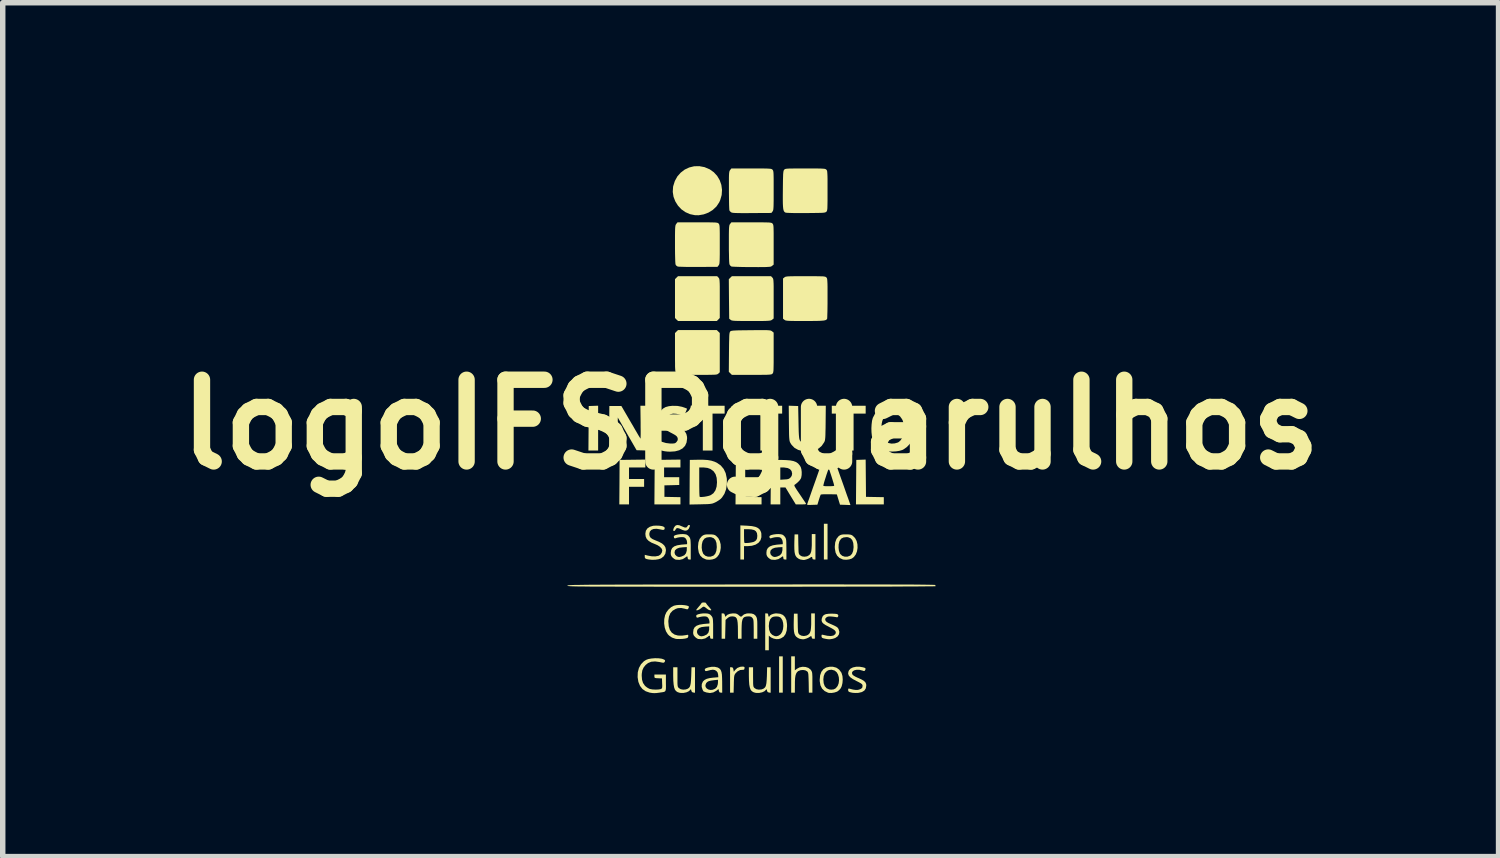
<source format=kicad_pcb>
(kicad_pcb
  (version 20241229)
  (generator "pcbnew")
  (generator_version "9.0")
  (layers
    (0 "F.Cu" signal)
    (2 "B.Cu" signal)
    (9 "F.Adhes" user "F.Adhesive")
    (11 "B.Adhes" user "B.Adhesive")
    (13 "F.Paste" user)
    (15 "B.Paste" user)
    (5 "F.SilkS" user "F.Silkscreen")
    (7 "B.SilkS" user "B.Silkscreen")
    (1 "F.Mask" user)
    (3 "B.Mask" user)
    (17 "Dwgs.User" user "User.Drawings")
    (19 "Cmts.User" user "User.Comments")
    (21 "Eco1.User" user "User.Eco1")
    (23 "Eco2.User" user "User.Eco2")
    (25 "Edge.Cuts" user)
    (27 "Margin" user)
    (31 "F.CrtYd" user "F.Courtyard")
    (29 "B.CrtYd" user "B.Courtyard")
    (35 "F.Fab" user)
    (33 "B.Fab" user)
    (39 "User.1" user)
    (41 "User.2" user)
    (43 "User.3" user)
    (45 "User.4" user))
  (footprint "logoIFSPguarulhos"
    (layer "F.Cu")
    (at 10.729 4.742)
    (property "Reference" "logoIFSPguarulhos" (at 0 0 0) (layer "F.SilkS") (effects (font (size 1.5 1.5) (thickness 0.3))))
    (attr board_only exclude_from_pos_files exclude_from_bom)
    (fp_poly (pts (xy -2.8 0.066) (xy -2.8 0.478) (xy -2.889 0.478) (xy -2.978 0.478) (xy -2.975 0.069) (xy -2.972 -0.339) (xy -2.886 -0.342) (xy -2.8 -0.345)) (stroke (width 0) (type solid)) (fill yes) (layer "F.SilkS"))
    (fp_poly (pts (xy -0.178 0.066) (xy -0.178 0.478) (xy -0.267 0.478) (xy -0.356 0.478) (xy -0.353 0.069) (xy -0.35 -0.339) (xy -0.264 -0.342) (xy -0.178 -0.345)) (stroke (width 0) (type solid)) (fill yes) (layer "F.SilkS"))
    (fp_poly (pts (xy 0.589 4.589) (xy 0.589 4.922) (xy 0.556 4.922) (xy 0.522 4.922) (xy 0.522 4.589) (xy 0.522 4.256) (xy 0.556 4.256) (xy 0.589 4.256)) (stroke (width 0) (type solid)) (fill yes) (layer "F.SilkS"))
    (fp_poly (pts (xy 1.411 2.15) (xy 1.411 2.478) (xy 1.378 2.478) (xy 1.344 2.478) (xy 1.344 2.15) (xy 1.344 1.822) (xy 1.378 1.822) (xy 1.411 1.822)) (stroke (width 0) (type solid)) (fill yes) (layer "F.SilkS"))
    (fp_poly (pts (xy 2.114 0.986) (xy 2.117 1.328) (xy 2.281 1.331) (xy 2.444 1.334) (xy 2.444 1.4) (xy 2.444 1.467) (xy 2.189 1.467) (xy 1.933 1.467) (xy 1.936 1.058) (xy 1.939 0.65) (xy 2.025 0.647) (xy 2.111 0.644)) (stroke (width 0) (type solid)) (fill yes) (layer "F.SilkS"))
    (fp_poly (pts (xy -0.478 -0.272) (xy -0.478 -0.2) (xy -0.589 -0.2) (xy -0.7 -0.2) (xy -0.7 0.139) (xy -0.7 0.478) (xy -0.789 0.478) (xy -0.878 0.478) (xy -0.878 0.139) (xy -0.878 -0.2) (xy -0.989 -0.2) (xy -1.1 -0.2) (xy -1.1 -0.272) (xy -1.1 -0.344) (xy -0.789 -0.344) (xy -0.478 -0.344)) (stroke (width 0) (type solid)) (fill yes) (layer "F.SilkS"))
    (fp_poly (pts (xy 0.578 -0.272) (xy 0.578 -0.2) (xy 0.467 -0.2) (xy 0.356 -0.2) (xy 0.356 0.139) (xy 0.356 0.478) (xy 0.267 0.478) (xy 0.178 0.478) (xy 0.178 0.139) (xy 0.178 -0.2) (xy 0.067 -0.2) (xy -0.044 -0.2) (xy -0.044 -0.272) (xy -0.044 -0.344) (xy 0.267 -0.344) (xy 0.578 -0.344)) (stroke (width 0) (type solid)) (fill yes) (layer "F.SilkS"))
    (fp_poly (pts (xy 2.111 -0.272) (xy 2.111 -0.2) (xy 2 -0.2) (xy 1.889 -0.2) (xy 1.889 0.139) (xy 1.889 0.478) (xy 1.8 0.478) (xy 1.711 0.478) (xy 1.711 0.139) (xy 1.711 -0.2) (xy 1.6 -0.2) (xy 1.489 -0.2) (xy 1.489 -0.272) (xy 1.489 -0.344) (xy 1.8 -0.344) (xy 2.111 -0.344)) (stroke (width 0) (type solid)) (fill yes) (layer "F.SilkS"))
    (fp_poly (pts (xy -1.933 0.716) (xy -1.933 0.789) (xy -2.083 0.789) (xy -2.233 0.789) (xy -2.233 0.894) (xy -2.233 1) (xy -2.094 1) (xy -1.956 1) (xy -1.956 1.072) (xy -1.956 1.144) (xy -2.094 1.144) (xy -2.233 1.144) (xy -2.233 1.306) (xy -2.233 1.467) (xy -2.322 1.467) (xy -2.411 1.467) (xy -2.408 1.058) (xy -2.406 0.65) (xy -2.169 0.647) (xy -1.933 0.644)) (stroke (width 0) (type solid)) (fill yes) (layer "F.SilkS"))
    (fp_poly (pts (xy -1.289 0.716) (xy -1.289 0.789) (xy -1.439 0.789) (xy -1.589 0.789) (xy -1.589 0.878) (xy -1.589 0.967) (xy -1.45 0.967) (xy -1.311 0.967) (xy -1.311 1.039) (xy -1.311 1.11) (xy -1.447 1.114) (xy -1.583 1.117) (xy -1.583 1.222) (xy -1.583 1.328) (xy -1.436 1.331) (xy -1.289 1.334) (xy -1.289 1.4) (xy -1.289 1.467) (xy -1.528 1.467) (xy -1.767 1.467) (xy -1.764 1.058) (xy -1.761 0.65) (xy -1.525 0.647) (xy -1.289 0.644)) (stroke (width 0) (type solid)) (fill yes) (layer "F.SilkS"))
    (fp_poly (pts (xy -0.591 -2.697) (xy -0.584 -2.689) (xy -0.579 -2.68) (xy -0.575 -2.668) (xy -0.572 -2.649) (xy -0.57 -2.622) (xy -0.568 -2.584) (xy -0.567 -2.533) (xy -0.567 -2.466) (xy -0.567 -2.381) (xy -0.567 -2.313) (xy -0.567 -1.955) (xy -0.594 -1.927) (xy -0.621 -1.9) (xy -0.978 -1.9) (xy -1.334 -1.9) (xy -1.362 -1.927) (xy -1.389 -1.955) (xy -1.389 -2.311) (xy -1.389 -2.668) (xy -1.362 -2.695) (xy -1.334 -2.722) (xy -0.975 -2.722) (xy -0.615 -2.722)) (stroke (width 0) (type solid)) (fill yes) (layer "F.SilkS"))
    (fp_poly (pts (xy 0.2 0.716) (xy 0.2 0.789) (xy 0.05 0.789) (xy -0.1 0.789) (xy -0.1 0.878) (xy -0.1 0.967) (xy 0.039 0.967) (xy 0.178 0.967) (xy 0.178 1.039) (xy 0.178 1.11) (xy 0.042 1.114) (xy -0.094 1.117) (xy -0.094 1.222) (xy -0.094 1.328) (xy 0.053 1.331) (xy 0.2 1.334) (xy 0.2 1.4) (xy 0.2 1.467) (xy -0.039 1.467) (xy -0.278 1.467) (xy -0.275 1.058) (xy -0.272 0.65) (xy -0.036 0.647) (xy 0.2 0.644)) (stroke (width 0) (type solid)) (fill yes) (layer "F.SilkS"))
    (fp_poly (pts (xy -1.116 1.849) (xy -1.116 1.865) (xy -1.117 1.869) (xy -1.138 1.917) (xy -1.167 1.943) (xy -1.205 1.949) (xy -1.252 1.936) (xy -1.268 1.928) (xy -1.314 1.907) (xy -1.346 1.901) (xy -1.366 1.909) (xy -1.378 1.928) (xy -1.391 1.948) (xy -1.407 1.955) (xy -1.42 1.949) (xy -1.422 1.938) (xy -1.417 1.917) (xy -1.406 1.89) (xy -1.383 1.859) (xy -1.352 1.845) (xy -1.311 1.849) (xy -1.259 1.871) (xy -1.256 1.872) (xy -1.213 1.89) (xy -1.184 1.892) (xy -1.166 1.878) (xy -1.161 1.866) (xy -1.145 1.848) (xy -1.132 1.844)) (stroke (width 0) (type solid)) (fill yes) (layer "F.SilkS"))
    (fp_poly (pts (xy -0.127 4.446) (xy -0.114 4.452) (xy -0.112 4.467) (xy -0.113 4.475) (xy -0.119 4.497) (xy -0.135 4.503) (xy -0.144 4.503) (xy -0.193 4.507) (xy -0.24 4.531) (xy -0.275 4.564) (xy -0.287 4.581) (xy -0.296 4.597) (xy -0.301 4.617) (xy -0.305 4.645) (xy -0.307 4.685) (xy -0.309 4.742) (xy -0.309 4.763) (xy -0.313 4.922) (xy -0.345 4.922) (xy -0.378 4.922) (xy -0.378 4.689) (xy -0.378 4.456) (xy -0.351 4.456) (xy -0.333 4.46) (xy -0.322 4.476) (xy -0.317 4.497) (xy -0.309 4.539) (xy -0.287 4.508) (xy -0.245 4.469) (xy -0.192 4.448) (xy -0.155 4.444)) (stroke (width 0) (type solid)) (fill yes) (layer "F.SilkS"))
    (fp_poly (pts (xy -1.867 0.067) (xy -1.867 0.479) (xy -1.981 0.475) (xy -2.094 0.472) (xy -2.267 0.172) (xy -2.439 -0.128) (xy -2.442 0.175) (xy -2.445 0.478) (xy -2.523 0.478) (xy -2.6 0.478) (xy -2.597 0.069) (xy -2.594 -0.339) (xy -2.484 -0.339) (xy -2.373 -0.339) (xy -2.2 -0.042) (xy -2.157 0.031) (xy -2.118 0.099) (xy -2.084 0.157) (xy -2.056 0.205) (xy -2.035 0.239) (xy -2.024 0.257) (xy -2.022 0.26) (xy -2.021 0.25) (xy -2.02 0.222) (xy -2.019 0.176) (xy -2.019 0.117) (xy -2.02 0.047) (xy -2.02 -0.032) (xy -2.02 -0.04) (xy -2.024 -0.344) (xy -1.945 -0.344) (xy -1.867 -0.344)) (stroke (width 0) (type solid)) (fill yes) (layer "F.SilkS"))
    (fp_poly (pts (xy -0.594 -1.706) (xy -0.567 -1.679) (xy -0.567 -1.319) (xy -0.567 -0.959) (xy -0.592 -0.935) (xy -0.6 -0.929) (xy -0.609 -0.923) (xy -0.621 -0.919) (xy -0.64 -0.916) (xy -0.666 -0.914) (xy -0.704 -0.913) (xy -0.755 -0.912) (xy -0.821 -0.911) (xy -0.906 -0.911) (xy -0.98 -0.911) (xy -1.343 -0.911) (xy -1.366 -0.94) (xy -1.372 -0.949) (xy -1.377 -0.96) (xy -1.381 -0.974) (xy -1.384 -0.995) (xy -1.386 -1.024) (xy -1.388 -1.065) (xy -1.388 -1.12) (xy -1.389 -1.191) (xy -1.389 -1.281) (xy -1.389 -1.324) (xy -1.389 -1.679) (xy -1.362 -1.706) (xy -1.334 -1.733) (xy -0.978 -1.733) (xy -0.621 -1.733)) (stroke (width 0) (type solid)) (fill yes) (layer "F.SilkS"))
    (fp_poly (pts (xy -0.846 -4.724) (xy -0.842 -4.722) (xy -0.752 -4.684) (xy -0.676 -4.63) (xy -0.614 -4.562) (xy -0.568 -4.484) (xy -0.538 -4.398) (xy -0.526 -4.307) (xy -0.532 -4.213) (xy -0.559 -4.119) (xy -0.578 -4.077) (xy -0.628 -4.002) (xy -0.695 -3.939) (xy -0.774 -3.89) (xy -0.862 -3.857) (xy -0.955 -3.841) (xy -1.022 -3.842) (xy -1.114 -3.861) (xy -1.198 -3.898) (xy -1.273 -3.951) (xy -1.335 -4.018) (xy -1.383 -4.095) (xy -1.416 -4.18) (xy -1.43 -4.27) (xy -1.424 -4.362) (xy -1.422 -4.374) (xy -1.392 -4.469) (xy -1.346 -4.553) (xy -1.284 -4.623) (xy -1.211 -4.679) (xy -1.128 -4.718) (xy -1.038 -4.74) (xy -0.943 -4.742)) (stroke (width 0) (type solid)) (fill yes) (layer "F.SilkS"))
    (fp_poly (pts (xy -0.835 3.269) (xy -0.823 3.274) (xy -0.822 3.275) (xy -0.815 3.287) (xy -0.798 3.311) (xy -0.772 3.341) (xy -0.772 3.341) (xy -0.747 3.37) (xy -0.729 3.393) (xy -0.722 3.405) (xy -0.722 3.405) (xy -0.731 3.412) (xy -0.751 3.409) (xy -0.777 3.399) (xy -0.796 3.386) (xy -0.829 3.36) (xy -0.851 3.346) (xy -0.867 3.344) (xy -0.885 3.353) (xy -0.91 3.373) (xy -0.91 3.373) (xy -0.942 3.395) (xy -0.971 3.408) (xy -0.992 3.412) (xy -1 3.405) (xy -0.993 3.394) (xy -0.975 3.371) (xy -0.95 3.341) (xy -0.95 3.341) (xy -0.925 3.311) (xy -0.907 3.287) (xy -0.9 3.275) (xy -0.9 3.275) (xy -0.89 3.27) (xy -0.866 3.267) (xy -0.861 3.267)) (stroke (width 0) (type solid)) (fill yes) (layer "F.SilkS"))
    (fp_poly (pts (xy 0.398 -2.697) (xy 0.405 -2.689) (xy 0.41 -2.68) (xy 0.414 -2.668) (xy 0.417 -2.649) (xy 0.419 -2.623) (xy 0.421 -2.585) (xy 0.422 -2.534) (xy 0.422 -2.468) (xy 0.422 -2.383) (xy 0.422 -2.308) (xy 0.422 -1.946) (xy 0.393 -1.923) (xy 0.384 -1.917) (xy 0.374 -1.912) (xy 0.359 -1.908) (xy 0.338 -1.905) (xy 0.309 -1.903) (xy 0.268 -1.901) (xy 0.213 -1.9) (xy 0.141 -1.9) (xy 0.051 -1.9) (xy 0.011 -1.9) (xy -0.087 -1.9) (xy -0.166 -1.9) (xy -0.227 -1.901) (xy -0.273 -1.902) (xy -0.307 -1.904) (xy -0.331 -1.907) (xy -0.347 -1.91) (xy -0.359 -1.915) (xy -0.367 -1.921) (xy -0.368 -1.921) (xy -0.394 -1.942) (xy -0.398 -2.305) (xy -0.401 -2.667) (xy -0.373 -2.695) (xy -0.345 -2.722) (xy 0.014 -2.722) (xy 0.374 -2.722)) (stroke (width 0) (type solid)) (fill yes) (layer "F.SilkS"))
    (fp_poly (pts (xy -0.062 1.858) (xy 0.023 1.865) (xy 0.088 1.879) (xy 0.136 1.901) (xy 0.17 1.933) (xy 0.19 1.975) (xy 0.196 2.002) (xy 0.197 2.069) (xy 0.18 2.125) (xy 0.144 2.171) (xy 0.091 2.205) (xy 0.022 2.226) (xy -0.058 2.233) (xy -0.122 2.233) (xy -0.122 2.356) (xy -0.122 2.478) (xy -0.156 2.478) (xy -0.189 2.478) (xy -0.189 2.165) (xy -0.189 2.043) (xy -0.122 2.043) (xy -0.121 2.092) (xy -0.12 2.134) (xy -0.117 2.162) (xy -0.114 2.172) (xy -0.098 2.176) (xy -0.067 2.175) (xy -0.028 2.172) (xy 0.013 2.165) (xy 0.048 2.157) (xy 0.068 2.149) (xy 0.1 2.126) (xy 0.117 2.092) (xy 0.122 2.044) (xy 0.116 1.995) (xy 0.097 1.96) (xy 0.063 1.937) (xy 0.011 1.925) (xy -0.044 1.922) (xy -0.122 1.922) (xy -0.122 2.043) (xy -0.189 2.043) (xy -0.189 1.852)) (stroke (width 0) (type solid)) (fill yes) (layer "F.SilkS"))
    (fp_poly (pts (xy 0.811 4.384) (xy 0.811 4.512) (xy 0.849 4.484) (xy 0.898 4.458) (xy 0.953 4.447) (xy 1.009 4.451) (xy 1.06 4.468) (xy 1.1 4.499) (xy 1.108 4.51) (xy 1.117 4.525) (xy 1.124 4.541) (xy 1.129 4.561) (xy 1.131 4.59) (xy 1.133 4.631) (xy 1.133 4.688) (xy 1.133 4.735) (xy 1.133 4.922) (xy 1.101 4.922) (xy 1.068 4.922) (xy 1.065 4.739) (xy 1.063 4.671) (xy 1.061 4.621) (xy 1.059 4.587) (xy 1.055 4.564) (xy 1.05 4.548) (xy 1.042 4.537) (xy 1.036 4.531) (xy 1.004 4.513) (xy 0.961 4.506) (xy 0.915 4.51) (xy 0.876 4.525) (xy 0.869 4.529) (xy 0.848 4.55) (xy 0.833 4.576) (xy 0.822 4.612) (xy 0.815 4.661) (xy 0.812 4.727) (xy 0.812 4.775) (xy 0.811 4.922) (xy 0.778 4.922) (xy 0.744 4.922) (xy 0.744 4.589) (xy 0.744 4.256) (xy 0.778 4.256) (xy 0.811 4.256)) (stroke (width 0) (type solid)) (fill yes) (layer "F.SilkS"))
    (fp_poly (pts (xy -1.344 4.634) (xy -1.344 4.701) (xy -1.344 4.749) (xy -1.342 4.782) (xy -1.339 4.805) (xy -1.333 4.82) (xy -1.325 4.831) (xy -1.317 4.839) (xy -1.283 4.859) (xy -1.239 4.867) (xy -1.191 4.863) (xy -1.157 4.851) (xy -1.135 4.836) (xy -1.119 4.817) (xy -1.108 4.788) (xy -1.1 4.748) (xy -1.095 4.692) (xy -1.091 4.617) (xy -1.091 4.614) (xy -1.086 4.456) (xy -1.054 4.456) (xy -1.022 4.456) (xy -1.022 4.69) (xy -1.022 4.924) (xy -1.053 4.92) (xy -1.076 4.912) (xy -1.088 4.891) (xy -1.089 4.883) (xy -1.095 4.862) (xy -1.101 4.861) (xy -1.106 4.868) (xy -1.135 4.896) (xy -1.178 4.916) (xy -1.231 4.927) (xy -1.285 4.927) (xy -1.31 4.923) (xy -1.344 4.911) (xy -1.371 4.892) (xy -1.391 4.865) (xy -1.405 4.825) (xy -1.414 4.772) (xy -1.42 4.702) (xy -1.422 4.613) (xy -1.422 4.603) (xy -1.422 4.456) (xy -1.383 4.456) (xy -1.344 4.456)) (stroke (width 0) (type solid)) (fill yes) (layer "F.SilkS"))
    (fp_poly (pts (xy 0.044 4.634) (xy 0.045 4.701) (xy 0.045 4.749) (xy 0.047 4.782) (xy 0.05 4.805) (xy 0.056 4.82) (xy 0.064 4.831) (xy 0.072 4.839) (xy 0.105 4.859) (xy 0.15 4.867) (xy 0.198 4.863) (xy 0.232 4.851) (xy 0.253 4.836) (xy 0.27 4.817) (xy 0.281 4.788) (xy 0.289 4.748) (xy 0.294 4.692) (xy 0.298 4.617) (xy 0.298 4.614) (xy 0.302 4.456) (xy 0.335 4.456) (xy 0.367 4.456) (xy 0.367 4.69) (xy 0.367 4.924) (xy 0.336 4.92) (xy 0.313 4.912) (xy 0.301 4.891) (xy 0.3 4.883) (xy 0.294 4.862) (xy 0.288 4.861) (xy 0.283 4.868) (xy 0.254 4.896) (xy 0.211 4.916) (xy 0.158 4.927) (xy 0.104 4.927) (xy 0.079 4.923) (xy 0.045 4.911) (xy 0.018 4.892) (xy -0.002 4.865) (xy -0.016 4.825) (xy -0.026 4.772) (xy -0.031 4.702) (xy -0.033 4.613) (xy -0.033 4.603) (xy -0.033 4.456) (xy 0.006 4.456) (xy 0.044 4.456)) (stroke (width 0) (type solid)) (fill yes) (layer "F.SilkS"))
    (fp_poly (pts (xy 1.178 3.7) (xy 1.178 3.933) (xy 1.15 3.933) (xy 1.128 3.928) (xy 1.122 3.913) (xy 1.117 3.889) (xy 1.103 3.885) (xy 1.088 3.895) (xy 1.059 3.913) (xy 1.02 3.93) (xy 0.981 3.941) (xy 0.961 3.943) (xy 0.935 3.94) (xy 0.902 3.934) (xy 0.9 3.933) (xy 0.867 3.918) (xy 0.835 3.894) (xy 0.832 3.891) (xy 0.815 3.867) (xy 0.803 3.837) (xy 0.795 3.797) (xy 0.791 3.744) (xy 0.79 3.675) (xy 0.791 3.606) (xy 0.794 3.472) (xy 0.828 3.472) (xy 0.861 3.472) (xy 0.864 3.651) (xy 0.865 3.718) (xy 0.867 3.766) (xy 0.869 3.8) (xy 0.873 3.822) (xy 0.879 3.837) (xy 0.887 3.848) (xy 0.896 3.857) (xy 0.931 3.876) (xy 0.976 3.883) (xy 1.022 3.875) (xy 1.05 3.862) (xy 1.073 3.843) (xy 1.089 3.818) (xy 1.101 3.784) (xy 1.107 3.737) (xy 1.111 3.673) (xy 1.111 3.617) (xy 1.111 3.467) (xy 1.144 3.467) (xy 1.178 3.467)) (stroke (width 0) (type solid)) (fill yes) (layer "F.SilkS"))
    (fp_poly (pts (xy 1.189 2.244) (xy 1.189 2.478) (xy 1.161 2.478) (xy 1.139 2.472) (xy 1.133 2.457) (xy 1.128 2.433) (xy 1.114 2.43) (xy 1.099 2.44) (xy 1.071 2.458) (xy 1.031 2.474) (xy 0.993 2.485) (xy 0.972 2.487) (xy 0.946 2.484) (xy 0.913 2.478) (xy 0.911 2.478) (xy 0.878 2.463) (xy 0.846 2.439) (xy 0.843 2.435) (xy 0.826 2.412) (xy 0.814 2.381) (xy 0.806 2.341) (xy 0.802 2.288) (xy 0.801 2.219) (xy 0.802 2.15) (xy 0.806 2.017) (xy 0.839 2.017) (xy 0.872 2.017) (xy 0.875 2.196) (xy 0.877 2.262) (xy 0.878 2.311) (xy 0.88 2.344) (xy 0.884 2.366) (xy 0.89 2.381) (xy 0.898 2.392) (xy 0.907 2.401) (xy 0.942 2.421) (xy 0.987 2.427) (xy 1.034 2.42) (xy 1.061 2.406) (xy 1.084 2.388) (xy 1.1 2.363) (xy 1.112 2.328) (xy 1.118 2.281) (xy 1.122 2.217) (xy 1.122 2.161) (xy 1.122 2.011) (xy 1.156 2.011) (xy 1.189 2.011)) (stroke (width 0) (type solid)) (fill yes) (layer "F.SilkS"))
    (fp_poly (pts (xy 1.511 4.447) (xy 1.572 4.463) (xy 1.624 4.499) (xy 1.663 4.551) (xy 1.669 4.564) (xy 1.685 4.618) (xy 1.69 4.681) (xy 1.685 4.746) (xy 1.671 4.804) (xy 1.654 4.841) (xy 1.627 4.872) (xy 1.595 4.898) (xy 1.585 4.904) (xy 1.537 4.92) (xy 1.485 4.928) (xy 1.437 4.927) (xy 1.42 4.923) (xy 1.358 4.893) (xy 1.311 4.848) (xy 1.281 4.788) (xy 1.268 4.714) (xy 1.267 4.684) (xy 1.268 4.678) (xy 1.334 4.678) (xy 1.34 4.749) (xy 1.36 4.804) (xy 1.394 4.842) (xy 1.441 4.863) (xy 1.478 4.867) (xy 1.52 4.863) (xy 1.551 4.849) (xy 1.565 4.838) (xy 1.596 4.8) (xy 1.615 4.751) (xy 1.622 4.695) (xy 1.618 4.639) (xy 1.603 4.588) (xy 1.578 4.546) (xy 1.543 4.518) (xy 1.54 4.516) (xy 1.485 4.501) (xy 1.436 4.507) (xy 1.4 4.525) (xy 1.363 4.563) (xy 1.341 4.617) (xy 1.334 4.678) (xy 1.268 4.678) (xy 1.275 4.604) (xy 1.298 4.539) (xy 1.336 4.491) (xy 1.388 4.46) (xy 1.454 4.446)) (stroke (width 0) (type solid)) (fill yes) (layer "F.SilkS"))
    (fp_poly (pts (xy -1.216 3.316) (xy -1.175 3.323) (xy -1.146 3.332) (xy -1.133 3.344) (xy -1.133 3.346) (xy -1.138 3.364) (xy -1.144 3.377) (xy -1.153 3.389) (xy -1.165 3.392) (xy -1.188 3.388) (xy -1.207 3.382) (xy -1.275 3.368) (xy -1.335 3.371) (xy -1.375 3.384) (xy -1.433 3.418) (xy -1.475 3.465) (xy -1.5 3.526) (xy -1.511 3.603) (xy -1.511 3.618) (xy -1.504 3.703) (xy -1.483 3.771) (xy -1.447 3.822) (xy -1.397 3.856) (xy -1.333 3.874) (xy -1.258 3.875) (xy -1.217 3.87) (xy -1.183 3.865) (xy -1.164 3.861) (xy -1.15 3.86) (xy -1.145 3.875) (xy -1.144 3.882) (xy -1.152 3.91) (xy -1.17 3.921) (xy -1.206 3.93) (xy -1.255 3.936) (xy -1.308 3.938) (xy -1.355 3.937) (xy -1.381 3.933) (xy -1.444 3.911) (xy -1.494 3.877) (xy -1.52 3.851) (xy -1.554 3.797) (xy -1.577 3.729) (xy -1.588 3.652) (xy -1.586 3.573) (xy -1.571 3.501) (xy -1.547 3.447) (xy -1.508 3.396) (xy -1.461 3.354) (xy -1.411 3.327) (xy -1.404 3.325) (xy -1.363 3.316) (xy -1.315 3.312) (xy -1.264 3.312)) (stroke (width 0) (type solid)) (fill yes) (layer "F.SilkS"))
    (fp_poly (pts (xy 0.243 -1.732) (xy 0.29 -1.732) (xy 0.325 -1.73) (xy 0.349 -1.728) (xy 0.366 -1.725) (xy 0.378 -1.72) (xy 0.387 -1.715) (xy 0.392 -1.711) (xy 0.422 -1.687) (xy 0.422 -1.321) (xy 0.422 -1.221) (xy 0.422 -1.141) (xy 0.421 -1.079) (xy 0.42 -1.031) (xy 0.419 -0.996) (xy 0.416 -0.972) (xy 0.413 -0.955) (xy 0.409 -0.944) (xy 0.403 -0.937) (xy 0.4 -0.933) (xy 0.393 -0.927) (xy 0.384 -0.922) (xy 0.371 -0.919) (xy 0.35 -0.916) (xy 0.321 -0.914) (xy 0.28 -0.912) (xy 0.225 -0.912) (xy 0.154 -0.911) (xy 0.064 -0.911) (xy 0.016 -0.911) (xy -0.345 -0.911) (xy -0.373 -0.939) (xy -0.401 -0.967) (xy -0.398 -1.327) (xy -0.397 -1.427) (xy -0.396 -1.507) (xy -0.394 -1.569) (xy -0.393 -1.617) (xy -0.391 -1.651) (xy -0.388 -1.675) (xy -0.384 -1.691) (xy -0.38 -1.701) (xy -0.375 -1.708) (xy -0.368 -1.713) (xy -0.357 -1.718) (xy -0.34 -1.721) (xy -0.316 -1.724) (xy -0.28 -1.726) (xy -0.232 -1.728) (xy -0.168 -1.729) (xy -0.086 -1.73) (xy 0.004 -1.731) (xy 0.103 -1.732) (xy 0.182 -1.732)) (stroke (width 0) (type solid)) (fill yes) (layer "F.SilkS"))
    (fp_poly (pts (xy -0.713 2.018) (xy -0.68 2.022) (xy -0.656 2.03) (xy -0.636 2.043) (xy -0.595 2.084) (xy -0.567 2.138) (xy -0.551 2.2) (xy -0.549 2.265) (xy -0.559 2.328) (xy -0.581 2.385) (xy -0.616 2.432) (xy -0.653 2.46) (xy -0.7 2.476) (xy -0.755 2.483) (xy -0.807 2.48) (xy -0.822 2.476) (xy -0.881 2.449) (xy -0.924 2.408) (xy -0.952 2.352) (xy -0.965 2.279) (xy -0.966 2.261) (xy -0.899 2.261) (xy -0.891 2.318) (xy -0.874 2.365) (xy -0.867 2.377) (xy -0.831 2.41) (xy -0.785 2.426) (xy -0.735 2.426) (xy -0.686 2.408) (xy -0.68 2.405) (xy -0.65 2.372) (xy -0.63 2.321) (xy -0.622 2.255) (xy -0.622 2.244) (xy -0.628 2.174) (xy -0.647 2.121) (xy -0.679 2.087) (xy -0.724 2.069) (xy -0.753 2.067) (xy -0.808 2.074) (xy -0.849 2.095) (xy -0.877 2.134) (xy -0.884 2.15) (xy -0.896 2.202) (xy -0.899 2.261) (xy -0.966 2.261) (xy -0.967 2.244) (xy -0.959 2.164) (xy -0.937 2.1) (xy -0.899 2.053) (xy -0.885 2.042) (xy -0.863 2.029) (xy -0.838 2.021) (xy -0.803 2.017) (xy -0.761 2.017)) (stroke (width 0) (type solid)) (fill yes) (layer "F.SilkS"))
    (fp_poly (pts (xy 1.798 2.018) (xy 1.831 2.022) (xy 1.855 2.03) (xy 1.875 2.043) (xy 1.916 2.084) (xy 1.945 2.138) (xy 1.96 2.2) (xy 1.962 2.265) (xy 1.952 2.328) (xy 1.93 2.385) (xy 1.895 2.432) (xy 1.858 2.46) (xy 1.811 2.476) (xy 1.756 2.483) (xy 1.704 2.48) (xy 1.689 2.476) (xy 1.63 2.449) (xy 1.587 2.408) (xy 1.559 2.352) (xy 1.546 2.279) (xy 1.545 2.261) (xy 1.613 2.261) (xy 1.62 2.318) (xy 1.637 2.365) (xy 1.644 2.377) (xy 1.68 2.41) (xy 1.726 2.426) (xy 1.776 2.426) (xy 1.825 2.408) (xy 1.831 2.405) (xy 1.861 2.372) (xy 1.881 2.321) (xy 1.889 2.255) (xy 1.889 2.244) (xy 1.883 2.174) (xy 1.864 2.121) (xy 1.832 2.087) (xy 1.787 2.069) (xy 1.758 2.067) (xy 1.703 2.074) (xy 1.662 2.095) (xy 1.634 2.134) (xy 1.627 2.15) (xy 1.615 2.202) (xy 1.613 2.261) (xy 1.545 2.261) (xy 1.544 2.244) (xy 1.552 2.164) (xy 1.575 2.1) (xy 1.612 2.053) (xy 1.626 2.042) (xy 1.648 2.029) (xy 1.673 2.021) (xy 1.708 2.017) (xy 1.75 2.017)) (stroke (width 0) (type solid)) (fill yes) (layer "F.SilkS"))
    (fp_poly (pts (xy -0.872 0.647) (xy -0.79 0.652) (xy -0.722 0.664) (xy -0.662 0.683) (xy -0.619 0.703) (xy -0.549 0.752) (xy -0.496 0.815) (xy -0.459 0.892) (xy -0.439 0.985) (xy -0.437 1.004) (xy -0.437 1.101) (xy -0.452 1.192) (xy -0.482 1.273) (xy -0.526 1.34) (xy -0.554 1.369) (xy -0.587 1.393) (xy -0.629 1.419) (xy -0.655 1.432) (xy -0.678 1.442) (xy -0.7 1.45) (xy -0.725 1.455) (xy -0.756 1.459) (xy -0.798 1.462) (xy -0.855 1.463) (xy -0.92 1.465) (xy -1.122 1.469) (xy -1.12 1.059) (xy -1.12 1.054) (xy -0.944 1.054) (xy -0.944 1.128) (xy -0.943 1.195) (xy -0.942 1.252) (xy -0.94 1.295) (xy -0.938 1.32) (xy -0.936 1.327) (xy -0.92 1.331) (xy -0.888 1.33) (xy -0.847 1.326) (xy -0.803 1.318) (xy -0.763 1.308) (xy -0.736 1.298) (xy -0.684 1.262) (xy -0.647 1.209) (xy -0.625 1.14) (xy -0.618 1.061) (xy -0.624 0.979) (xy -0.644 0.913) (xy -0.678 0.862) (xy -0.69 0.851) (xy -0.737 0.817) (xy -0.792 0.797) (xy -0.859 0.789) (xy -0.881 0.789) (xy -0.944 0.789) (xy -0.944 1.054) (xy -1.12 1.054) (xy -1.117 0.65) (xy -0.972 0.647)) (stroke (width 0) (type solid)) (fill yes) (layer "F.SilkS"))
    (fp_poly (pts (xy -0.877 -3.711) (xy -0.797 -3.711) (xy -0.734 -3.71) (xy -0.687 -3.709) (xy -0.652 -3.708) (xy -0.627 -3.705) (xy -0.611 -3.702) (xy -0.6 -3.698) (xy -0.592 -3.692) (xy -0.589 -3.689) (xy -0.583 -3.682) (xy -0.578 -3.673) (xy -0.574 -3.659) (xy -0.571 -3.639) (xy -0.569 -3.61) (xy -0.568 -3.569) (xy -0.567 -3.514) (xy -0.567 -3.442) (xy -0.567 -3.352) (xy -0.567 -3.307) (xy -0.567 -3.207) (xy -0.567 -3.128) (xy -0.568 -3.066) (xy -0.569 -3.019) (xy -0.571 -2.984) (xy -0.573 -2.959) (xy -0.577 -2.943) (xy -0.581 -2.931) (xy -0.587 -2.922) (xy -0.588 -2.921) (xy -0.609 -2.894) (xy -0.963 -2.892) (xy -1.05 -2.892) (xy -1.132 -2.892) (xy -1.203 -2.893) (xy -1.263 -2.895) (xy -1.308 -2.896) (xy -1.335 -2.899) (xy -1.341 -2.9) (xy -1.366 -2.917) (xy -1.377 -2.932) (xy -1.381 -2.951) (xy -1.384 -2.991) (xy -1.386 -3.051) (xy -1.388 -3.132) (xy -1.389 -3.232) (xy -1.389 -3.303) (xy -1.389 -3.401) (xy -1.389 -3.478) (xy -1.388 -3.539) (xy -1.387 -3.585) (xy -1.385 -3.618) (xy -1.382 -3.642) (xy -1.379 -3.658) (xy -1.374 -3.67) (xy -1.368 -3.679) (xy -1.366 -3.682) (xy -1.343 -3.711) (xy -0.977 -3.711)) (stroke (width 0) (type solid)) (fill yes) (layer "F.SilkS"))
    (fp_poly (pts (xy 0.112 -3.711) (xy 0.192 -3.711) (xy 0.255 -3.71) (xy 0.302 -3.709) (xy 0.337 -3.708) (xy 0.361 -3.705) (xy 0.378 -3.702) (xy 0.389 -3.698) (xy 0.397 -3.692) (xy 0.4 -3.689) (xy 0.406 -3.682) (xy 0.411 -3.673) (xy 0.415 -3.66) (xy 0.418 -3.64) (xy 0.42 -3.61) (xy 0.421 -3.57) (xy 0.422 -3.515) (xy 0.422 -3.444) (xy 0.422 -3.355) (xy 0.422 -3.301) (xy 0.422 -2.935) (xy 0.393 -2.912) (xy 0.384 -2.905) (xy 0.373 -2.9) (xy 0.359 -2.896) (xy 0.338 -2.894) (xy 0.308 -2.892) (xy 0.267 -2.89) (xy 0.212 -2.89) (xy 0.14 -2.889) (xy 0.049 -2.89) (xy 0.018 -2.89) (xy -0.069 -2.89) (xy -0.149 -2.891) (xy -0.22 -2.893) (xy -0.279 -2.895) (xy -0.322 -2.897) (xy -0.348 -2.899) (xy -0.353 -2.9) (xy -0.376 -2.918) (xy -0.389 -2.939) (xy -0.392 -2.958) (xy -0.395 -2.997) (xy -0.397 -3.052) (xy -0.398 -3.122) (xy -0.4 -3.205) (xy -0.4 -3.296) (xy -0.4 -3.31) (xy -0.4 -3.407) (xy -0.4 -3.483) (xy -0.399 -3.543) (xy -0.398 -3.588) (xy -0.396 -3.62) (xy -0.393 -3.643) (xy -0.39 -3.659) (xy -0.385 -3.671) (xy -0.379 -3.68) (xy -0.377 -3.682) (xy -0.354 -3.711) (xy 0.012 -3.711)) (stroke (width 0) (type solid)) (fill yes) (layer "F.SilkS"))
    (fp_poly (pts (xy 0.112 -4.7) (xy 0.192 -4.7) (xy 0.255 -4.699) (xy 0.302 -4.698) (xy 0.337 -4.696) (xy 0.361 -4.694) (xy 0.378 -4.691) (xy 0.389 -4.686) (xy 0.397 -4.681) (xy 0.4 -4.678) (xy 0.406 -4.671) (xy 0.411 -4.662) (xy 0.415 -4.648) (xy 0.418 -4.628) (xy 0.42 -4.599) (xy 0.421 -4.558) (xy 0.422 -4.503) (xy 0.422 -4.431) (xy 0.422 -4.341) (xy 0.422 -4.296) (xy 0.422 -4.196) (xy 0.422 -4.117) (xy 0.421 -4.055) (xy 0.42 -4.007) (xy 0.418 -3.973) (xy 0.416 -3.948) (xy 0.412 -3.931) (xy 0.408 -3.92) (xy 0.402 -3.911) (xy 0.401 -3.91) (xy 0.38 -3.883) (xy 0.026 -3.881) (xy -0.077 -3.88) (xy -0.159 -3.88) (xy -0.224 -3.881) (xy -0.274 -3.882) (xy -0.31 -3.884) (xy -0.334 -3.887) (xy -0.35 -3.891) (xy -0.355 -3.893) (xy -0.378 -3.912) (xy -0.39 -3.929) (xy -0.392 -3.945) (xy -0.394 -3.981) (xy -0.396 -4.032) (xy -0.397 -4.098) (xy -0.398 -4.174) (xy -0.399 -4.257) (xy -0.399 -4.296) (xy -0.399 -4.393) (xy -0.399 -4.47) (xy -0.399 -4.53) (xy -0.398 -4.575) (xy -0.396 -4.608) (xy -0.393 -4.631) (xy -0.39 -4.647) (xy -0.385 -4.659) (xy -0.379 -4.668) (xy -0.377 -4.671) (xy -0.354 -4.7) (xy 0.012 -4.7)) (stroke (width 0) (type solid)) (fill yes) (layer "F.SilkS"))
    (fp_poly (pts (xy 1.106 -2.722) (xy 1.185 -2.722) (xy 1.247 -2.721) (xy 1.294 -2.72) (xy 1.328 -2.719) (xy 1.352 -2.716) (xy 1.368 -2.713) (xy 1.378 -2.708) (xy 1.386 -2.703) (xy 1.389 -2.7) (xy 1.395 -2.693) (xy 1.4 -2.684) (xy 1.404 -2.671) (xy 1.406 -2.651) (xy 1.408 -2.621) (xy 1.41 -2.581) (xy 1.411 -2.526) (xy 1.411 -2.455) (xy 1.411 -2.365) (xy 1.411 -2.314) (xy 1.411 -2.226) (xy 1.41 -2.145) (xy 1.409 -2.073) (xy 1.407 -2.014) (xy 1.406 -1.97) (xy 1.404 -1.944) (xy 1.403 -1.938) (xy 1.394 -1.928) (xy 1.382 -1.919) (xy 1.365 -1.913) (xy 1.339 -1.908) (xy 1.303 -1.905) (xy 1.254 -1.902) (xy 1.19 -1.901) (xy 1.109 -1.9) (xy 1.009 -1.9) (xy 0.996 -1.9) (xy 0.899 -1.9) (xy 0.821 -1.9) (xy 0.76 -1.901) (xy 0.714 -1.902) (xy 0.681 -1.904) (xy 0.657 -1.907) (xy 0.641 -1.91) (xy 0.63 -1.915) (xy 0.621 -1.921) (xy 0.621 -1.921) (xy 0.594 -1.942) (xy 0.594 -2.311) (xy 0.594 -2.68) (xy 0.621 -2.701) (xy 0.629 -2.707) (xy 0.64 -2.712) (xy 0.655 -2.715) (xy 0.678 -2.718) (xy 0.71 -2.72) (xy 0.755 -2.721) (xy 0.814 -2.722) (xy 0.889 -2.722) (xy 0.984 -2.722) (xy 1.007 -2.722)) (stroke (width 0) (type solid)) (fill yes) (layer "F.SilkS"))
    (fp_poly (pts (xy -1.674 1.858) (xy -1.624 1.866) (xy -1.592 1.879) (xy -1.578 1.895) (xy -1.578 1.898) (xy -1.581 1.922) (xy -1.593 1.933) (xy -1.618 1.934) (xy -1.659 1.926) (xy -1.661 1.925) (xy -1.727 1.914) (xy -1.783 1.918) (xy -1.824 1.935) (xy -1.851 1.966) (xy -1.861 2.008) (xy -1.861 2.009) (xy -1.855 2.048) (xy -1.837 2.078) (xy -1.802 2.103) (xy -1.757 2.123) (xy -1.682 2.154) (xy -1.627 2.184) (xy -1.589 2.217) (xy -1.566 2.253) (xy -1.556 2.295) (xy -1.556 2.314) (xy -1.566 2.371) (xy -1.596 2.42) (xy -1.643 2.456) (xy -1.645 2.457) (xy -1.69 2.473) (xy -1.747 2.482) (xy -1.81 2.484) (xy -1.869 2.478) (xy -1.909 2.47) (xy -1.932 2.46) (xy -1.942 2.446) (xy -1.944 2.425) (xy -1.944 2.423) (xy -1.944 2.392) (xy -1.886 2.407) (xy -1.817 2.419) (xy -1.75 2.421) (xy -1.695 2.411) (xy -1.69 2.41) (xy -1.656 2.388) (xy -1.632 2.352) (xy -1.622 2.313) (xy -1.633 2.28) (xy -1.662 2.248) (xy -1.705 2.218) (xy -1.747 2.199) (xy -1.82 2.169) (xy -1.873 2.136) (xy -1.908 2.1) (xy -1.927 2.057) (xy -1.933 2.006) (xy -1.933 2.005) (xy -1.924 1.951) (xy -1.896 1.908) (xy -1.85 1.877) (xy -1.79 1.859) (xy -1.737 1.856)) (stroke (width 0) (type solid)) (fill yes) (layer "F.SilkS"))
    (fp_poly (pts (xy 0.316 3.471) (xy 0.322 3.489) (xy 0.322 3.494) (xy 0.326 3.517) (xy 0.333 3.528) (xy 0.344 3.527) (xy 0.344 3.523) (xy 0.355 3.505) (xy 0.381 3.488) (xy 0.417 3.475) (xy 0.458 3.467) (xy 0.474 3.467) (xy 0.541 3.474) (xy 0.593 3.496) (xy 0.631 3.535) (xy 0.656 3.59) (xy 0.667 3.663) (xy 0.668 3.702) (xy 0.661 3.783) (xy 0.64 3.847) (xy 0.605 3.895) (xy 0.554 3.926) (xy 0.515 3.938) (xy 0.471 3.94) (xy 0.422 3.93) (xy 0.378 3.911) (xy 0.358 3.897) (xy 0.333 3.874) (xy 0.333 4.009) (xy 0.333 4.144) (xy 0.3 4.144) (xy 0.267 4.144) (xy 0.267 3.806) (xy 0.267 3.702) (xy 0.333 3.702) (xy 0.34 3.771) (xy 0.361 3.824) (xy 0.395 3.86) (xy 0.411 3.869) (xy 0.444 3.884) (xy 0.47 3.887) (xy 0.499 3.88) (xy 0.517 3.873) (xy 0.552 3.847) (xy 0.578 3.806) (xy 0.594 3.755) (xy 0.6 3.699) (xy 0.596 3.643) (xy 0.582 3.592) (xy 0.556 3.552) (xy 0.541 3.539) (xy 0.509 3.526) (xy 0.466 3.523) (xy 0.424 3.527) (xy 0.391 3.54) (xy 0.39 3.54) (xy 0.359 3.575) (xy 0.34 3.628) (xy 0.333 3.698) (xy 0.333 3.702) (xy 0.267 3.702) (xy 0.267 3.467) (xy 0.294 3.467)) (stroke (width 0) (type solid)) (fill yes) (layer "F.SilkS"))
    (fp_poly (pts (xy 2.062 4.457) (xy 2.095 4.467) (xy 2.109 4.479) (xy 2.107 4.497) (xy 2.1 4.511) (xy 2.091 4.523) (xy 2.077 4.525) (xy 2.052 4.517) (xy 2.047 4.516) (xy 1.996 4.503) (xy 1.949 4.502) (xy 1.908 4.51) (xy 1.878 4.526) (xy 1.861 4.548) (xy 1.862 4.576) (xy 1.87 4.592) (xy 1.888 4.608) (xy 1.921 4.628) (xy 1.965 4.649) (xy 1.978 4.654) (xy 2.039 4.682) (xy 2.081 4.708) (xy 2.107 4.735) (xy 2.12 4.766) (xy 2.122 4.794) (xy 2.113 4.845) (xy 2.087 4.884) (xy 2.042 4.911) (xy 1.979 4.926) (xy 1.965 4.927) (xy 1.92 4.928) (xy 1.874 4.925) (xy 1.858 4.922) (xy 1.82 4.913) (xy 1.799 4.903) (xy 1.791 4.889) (xy 1.789 4.87) (xy 1.792 4.85) (xy 1.805 4.847) (xy 1.814 4.849) (xy 1.876 4.865) (xy 1.923 4.872) (xy 1.961 4.872) (xy 1.987 4.867) (xy 2.027 4.851) (xy 2.049 4.829) (xy 2.054 4.798) (xy 2.054 4.792) (xy 2.05 4.777) (xy 2.039 4.763) (xy 2.019 4.749) (xy 1.985 4.73) (xy 1.945 4.71) (xy 1.877 4.674) (xy 1.829 4.64) (xy 1.801 4.608) (xy 1.789 4.574) (xy 1.794 4.538) (xy 1.805 4.512) (xy 1.833 4.481) (xy 1.877 4.459) (xy 1.934 4.447) (xy 1.998 4.446)) (stroke (width 0) (type solid)) (fill yes) (layer "F.SilkS"))
    (fp_poly (pts (xy 0.55 0.65) (xy 0.646 0.653) (xy 0.724 0.659) (xy 0.785 0.671) (xy 0.833 0.689) (xy 0.87 0.715) (xy 0.9 0.75) (xy 0.919 0.781) (xy 0.931 0.821) (xy 0.937 0.872) (xy 0.936 0.927) (xy 0.928 0.974) (xy 0.919 0.996) (xy 0.896 1.029) (xy 0.86 1.065) (xy 0.821 1.097) (xy 0.807 1.106) (xy 0.802 1.112) (xy 0.803 1.123) (xy 0.81 1.141) (xy 0.827 1.169) (xy 0.853 1.21) (xy 0.891 1.266) (xy 0.895 1.272) (xy 0.931 1.325) (xy 0.963 1.373) (xy 0.989 1.411) (xy 1.007 1.438) (xy 1.012 1.447) (xy 1.016 1.457) (xy 1.011 1.462) (xy 0.994 1.465) (xy 0.961 1.466) (xy 0.925 1.466) (xy 0.828 1.466) (xy 0.733 1.311) (xy 0.639 1.156) (xy 0.592 1.156) (xy 0.544 1.156) (xy 0.544 1.311) (xy 0.544 1.467) (xy 0.455 1.467) (xy 0.366 1.467) (xy 0.369 1.058) (xy 0.37 0.901) (xy 0.544 0.901) (xy 0.544 1.014) (xy 0.622 1.009) (xy 0.666 1.006) (xy 0.695 0.999) (xy 0.716 0.987) (xy 0.73 0.975) (xy 0.753 0.943) (xy 0.761 0.904) (xy 0.761 0.901) (xy 0.751 0.855) (xy 0.723 0.821) (xy 0.677 0.799) (xy 0.612 0.789) (xy 0.592 0.789) (xy 0.544 0.789) (xy 0.544 0.901) (xy 0.37 0.901) (xy 0.372 0.65)) (stroke (width 0) (type solid)) (fill yes) (layer "F.SilkS"))
    (fp_poly (pts (xy 0.785 -0.342) (xy 0.872 -0.339) (xy 0.878 -0.039) (xy 0.88 0.056) (xy 0.882 0.132) (xy 0.885 0.191) (xy 0.889 0.235) (xy 0.894 0.267) (xy 0.902 0.289) (xy 0.912 0.305) (xy 0.925 0.317) (xy 0.942 0.327) (xy 0.947 0.329) (xy 0.984 0.34) (xy 1.031 0.344) (xy 1.08 0.34) (xy 1.121 0.33) (xy 1.145 0.316) (xy 1.161 0.301) (xy 1.174 0.283) (xy 1.183 0.262) (xy 1.19 0.233) (xy 1.195 0.195) (xy 1.198 0.144) (xy 1.199 0.078) (xy 1.2 -0.007) (xy 1.2 -0.061) (xy 1.2 -0.344) (xy 1.29 -0.344) (xy 1.379 -0.344) (xy 1.376 -0.031) (xy 1.375 0.062) (xy 1.373 0.135) (xy 1.372 0.191) (xy 1.37 0.233) (xy 1.367 0.264) (xy 1.364 0.287) (xy 1.359 0.304) (xy 1.353 0.319) (xy 1.348 0.328) (xy 1.304 0.392) (xy 1.249 0.44) (xy 1.179 0.472) (xy 1.103 0.489) (xy 1.065 0.494) (xy 1.036 0.497) (xy 1.022 0.498) (xy 1.022 0.498) (xy 1.009 0.496) (xy 0.981 0.492) (xy 0.953 0.488) (xy 0.872 0.466) (xy 0.804 0.428) (xy 0.751 0.373) (xy 0.73 0.34) (xy 0.723 0.326) (xy 0.717 0.311) (xy 0.713 0.293) (xy 0.71 0.268) (xy 0.707 0.234) (xy 0.705 0.189) (xy 0.704 0.13) (xy 0.703 0.053) (xy 0.702 -0.025) (xy 0.699 -0.345)) (stroke (width 0) (type solid)) (fill yes) (layer "F.SilkS"))
    (fp_poly (pts (xy 1.541 3.474) (xy 1.58 3.478) (xy 1.601 3.488) (xy 1.609 3.503) (xy 1.606 3.522) (xy 1.594 3.539) (xy 1.58 3.538) (xy 1.559 3.534) (xy 1.525 3.529) (xy 1.489 3.525) (xy 1.447 3.523) (xy 1.419 3.526) (xy 1.399 3.535) (xy 1.389 3.542) (xy 1.371 3.561) (xy 1.368 3.58) (xy 1.372 3.595) (xy 1.381 3.611) (xy 1.398 3.626) (xy 1.426 3.643) (xy 1.47 3.663) (xy 1.489 3.671) (xy 1.538 3.693) (xy 1.572 3.711) (xy 1.593 3.726) (xy 1.607 3.744) (xy 1.614 3.757) (xy 1.628 3.806) (xy 1.621 3.851) (xy 1.595 3.89) (xy 1.552 3.919) (xy 1.51 3.933) (xy 1.471 3.94) (xy 1.44 3.943) (xy 1.409 3.94) (xy 1.369 3.933) (xy 1.331 3.924) (xy 1.31 3.914) (xy 1.302 3.9) (xy 1.3 3.881) (xy 1.303 3.861) (xy 1.316 3.858) (xy 1.325 3.86) (xy 1.406 3.878) (xy 1.471 3.883) (xy 1.519 3.874) (xy 1.55 3.851) (xy 1.558 3.839) (xy 1.563 3.815) (xy 1.556 3.793) (xy 1.534 3.77) (xy 1.495 3.745) (xy 1.438 3.715) (xy 1.433 3.712) (xy 1.374 3.681) (xy 1.334 3.654) (xy 1.311 3.628) (xy 1.302 3.599) (xy 1.305 3.565) (xy 1.307 3.558) (xy 1.321 3.522) (xy 1.344 3.497) (xy 1.38 3.481) (xy 1.432 3.474) (xy 1.484 3.472)) (stroke (width 0) (type solid)) (fill yes) (layer "F.SilkS"))
    (fp_poly (pts (xy 1.432 0.647) (xy 1.539 0.65) (xy 1.641 0.939) (xy 1.671 1.023) (xy 1.701 1.107) (xy 1.729 1.187) (xy 1.754 1.259) (xy 1.775 1.318) (xy 1.788 1.353) (xy 1.832 1.479) (xy 1.736 1.475) (xy 1.64 1.472) (xy 1.611 1.378) (xy 1.582 1.283) (xy 1.439 1.28) (xy 1.385 1.28) (xy 1.338 1.281) (xy 1.305 1.283) (xy 1.288 1.286) (xy 1.287 1.286) (xy 1.28 1.301) (xy 1.269 1.331) (xy 1.256 1.371) (xy 1.252 1.384) (xy 1.225 1.472) (xy 1.128 1.475) (xy 1.081 1.477) (xy 1.053 1.476) (xy 1.04 1.473) (xy 1.036 1.466) (xy 1.038 1.459) (xy 1.044 1.444) (xy 1.055 1.411) (xy 1.073 1.362) (xy 1.095 1.299) (xy 1.121 1.224) (xy 1.15 1.141) (xy 1.156 1.125) (xy 1.333 1.125) (xy 1.344 1.129) (xy 1.371 1.132) (xy 1.411 1.133) (xy 1.433 1.133) (xy 1.477 1.132) (xy 1.512 1.13) (xy 1.531 1.126) (xy 1.533 1.123) (xy 1.53 1.108) (xy 1.522 1.077) (xy 1.509 1.035) (xy 1.494 0.986) (xy 1.478 0.935) (xy 1.462 0.887) (xy 1.449 0.847) (xy 1.439 0.819) (xy 1.434 0.808) (xy 1.429 0.816) (xy 1.42 0.841) (xy 1.407 0.878) (xy 1.391 0.924) (xy 1.376 0.973) (xy 1.36 1.022) (xy 1.347 1.066) (xy 1.338 1.101) (xy 1.334 1.122) (xy 1.333 1.125) (xy 1.156 1.125) (xy 1.182 1.052) (xy 1.186 1.041) (xy 1.325 0.644)) (stroke (width 0) (type solid)) (fill yes) (layer "F.SilkS"))
    (fp_poly (pts (xy -0.658 4.448) (xy -0.606 4.46) (xy -0.58 4.474) (xy -0.56 4.492) (xy -0.546 4.515) (xy -0.535 4.547) (xy -0.528 4.589) (xy -0.525 4.647) (xy -0.523 4.723) (xy -0.523 4.747) (xy -0.522 4.922) (xy -0.549 4.922) (xy -0.57 4.917) (xy -0.582 4.896) (xy -0.583 4.889) (xy -0.591 4.856) (xy -0.631 4.888) (xy -0.686 4.918) (xy -0.747 4.929) (xy -0.809 4.919) (xy -0.817 4.917) (xy -0.844 4.907) (xy -0.861 4.901) (xy -0.864 4.9) (xy -0.87 4.891) (xy -0.882 4.87) (xy -0.883 4.867) (xy -0.899 4.817) (xy -0.898 4.785) (xy -0.831 4.785) (xy -0.827 4.818) (xy -0.807 4.845) (xy -0.777 4.864) (xy -0.738 4.873) (xy -0.696 4.869) (xy -0.653 4.851) (xy -0.65 4.849) (xy -0.619 4.816) (xy -0.603 4.767) (xy -0.6 4.731) (xy -0.6 4.686) (xy -0.672 4.693) (xy -0.73 4.701) (xy -0.769 4.711) (xy -0.796 4.726) (xy -0.816 4.747) (xy -0.817 4.749) (xy -0.831 4.785) (xy -0.898 4.785) (xy -0.897 4.765) (xy -0.878 4.72) (xy -0.872 4.713) (xy -0.843 4.687) (xy -0.805 4.668) (xy -0.753 4.655) (xy -0.684 4.646) (xy -0.679 4.646) (xy -0.594 4.639) (xy -0.597 4.594) (xy -0.606 4.554) (xy -0.628 4.525) (xy -0.658 4.507) (xy -0.694 4.501) (xy -0.742 4.508) (xy -0.773 4.516) (xy -0.807 4.525) (xy -0.827 4.526) (xy -0.836 4.519) (xy -0.843 4.499) (xy -0.836 4.483) (xy -0.809 4.469) (xy -0.782 4.46) (xy -0.718 4.448)) (stroke (width 0) (type solid)) (fill yes) (layer "F.SilkS"))
    (fp_poly (pts (xy -1.694 4.291) (xy -1.639 4.298) (xy -1.623 4.302) (xy -1.587 4.316) (xy -1.571 4.33) (xy -1.573 4.347) (xy -1.58 4.359) (xy -1.589 4.369) (xy -1.601 4.373) (xy -1.622 4.371) (xy -1.656 4.364) (xy -1.674 4.36) (xy -1.755 4.349) (xy -1.825 4.355) (xy -1.884 4.379) (xy -1.929 4.415) (xy -1.966 4.462) (xy -1.989 4.514) (xy -1.999 4.578) (xy -2 4.611) (xy -1.994 4.685) (xy -1.976 4.744) (xy -1.943 4.792) (xy -1.935 4.801) (xy -1.901 4.828) (xy -1.864 4.849) (xy -1.85 4.854) (xy -1.805 4.863) (xy -1.752 4.866) (xy -1.701 4.865) (xy -1.66 4.859) (xy -1.65 4.856) (xy -1.636 4.849) (xy -1.628 4.84) (xy -1.624 4.823) (xy -1.623 4.793) (xy -1.625 4.753) (xy -1.628 4.661) (xy -1.697 4.658) (xy -1.735 4.656) (xy -1.756 4.652) (xy -1.765 4.643) (xy -1.767 4.628) (xy -1.767 4.622) (xy -1.767 4.589) (xy -1.661 4.589) (xy -1.556 4.589) (xy -1.556 4.744) (xy -1.555 4.806) (xy -1.556 4.851) (xy -1.561 4.88) (xy -1.571 4.898) (xy -1.589 4.908) (xy -1.619 4.914) (xy -1.661 4.92) (xy -1.672 4.922) (xy -1.727 4.929) (xy -1.768 4.931) (xy -1.805 4.929) (xy -1.844 4.923) (xy -1.852 4.922) (xy -1.926 4.897) (xy -1.986 4.856) (xy -2.031 4.798) (xy -2.061 4.725) (xy -2.075 4.638) (xy -2.072 4.549) (xy -2.051 4.469) (xy -2.013 4.401) (xy -1.96 4.346) (xy -1.918 4.32) (xy -1.876 4.305) (xy -1.82 4.295) (xy -1.756 4.29)) (stroke (width 0) (type solid)) (fill yes) (layer "F.SilkS"))
    (fp_poly (pts (xy 1.102 -4.7) (xy 1.182 -4.7) (xy 1.244 -4.699) (xy 1.291 -4.698) (xy 1.326 -4.696) (xy 1.351 -4.694) (xy 1.367 -4.691) (xy 1.378 -4.686) (xy 1.386 -4.681) (xy 1.389 -4.678) (xy 1.395 -4.671) (xy 1.4 -4.662) (xy 1.404 -4.649) (xy 1.406 -4.628) (xy 1.408 -4.599) (xy 1.41 -4.558) (xy 1.411 -4.504) (xy 1.411 -4.433) (xy 1.411 -4.343) (xy 1.411 -4.291) (xy 1.411 -4.191) (xy 1.411 -4.111) (xy 1.41 -4.049) (xy 1.409 -4.002) (xy 1.408 -3.967) (xy 1.405 -3.943) (xy 1.402 -3.927) (xy 1.398 -3.916) (xy 1.392 -3.909) (xy 1.388 -3.904) (xy 1.38 -3.899) (xy 1.37 -3.894) (xy 1.354 -3.89) (xy 1.331 -3.887) (xy 1.298 -3.885) (xy 1.253 -3.884) (xy 1.193 -3.883) (xy 1.116 -3.882) (xy 1.019 -3.881) (xy 1.013 -3.881) (xy 0.897 -3.881) (xy 0.803 -3.881) (xy 0.731 -3.883) (xy 0.679 -3.885) (xy 0.647 -3.888) (xy 0.636 -3.891) (xy 0.623 -3.9) (xy 0.613 -3.912) (xy 0.604 -3.932) (xy 0.598 -3.959) (xy 0.594 -3.998) (xy 0.591 -4.05) (xy 0.59 -4.118) (xy 0.59 -4.202) (xy 0.591 -4.307) (xy 0.591 -4.318) (xy 0.592 -4.414) (xy 0.593 -4.49) (xy 0.595 -4.548) (xy 0.596 -4.592) (xy 0.599 -4.624) (xy 0.602 -4.646) (xy 0.606 -4.661) (xy 0.611 -4.671) (xy 0.616 -4.677) (xy 0.622 -4.683) (xy 0.63 -4.688) (xy 0.642 -4.692) (xy 0.66 -4.695) (xy 0.687 -4.697) (xy 0.726 -4.699) (xy 0.777 -4.699) (xy 0.845 -4.7) (xy 0.93 -4.7) (xy 1.002 -4.7)) (stroke (width 0) (type solid)) (fill yes) (layer "F.SilkS"))
    (fp_poly (pts (xy -1.342 -0.341) (xy -1.26 -0.325) (xy -1.204 -0.306) (xy -1.167 -0.29) (xy -1.191 -0.231) (xy -1.205 -0.198) (xy -1.217 -0.173) (xy -1.222 -0.164) (xy -1.235 -0.163) (xy -1.263 -0.168) (xy -1.294 -0.178) (xy -1.364 -0.196) (xy -1.424 -0.2) (xy -1.471 -0.189) (xy -1.495 -0.173) (xy -1.517 -0.141) (xy -1.52 -0.11) (xy -1.503 -0.078) (xy -1.465 -0.044) (xy -1.406 -0.009) (xy -1.383 0.003) (xy -1.305 0.046) (xy -1.246 0.088) (xy -1.205 0.13) (xy -1.18 0.175) (xy -1.168 0.226) (xy -1.167 0.258) (xy -1.177 0.331) (xy -1.204 0.391) (xy -1.25 0.439) (xy -1.312 0.473) (xy -1.389 0.493) (xy -1.481 0.499) (xy -1.527 0.497) (xy -1.571 0.492) (xy -1.594 0.488) (xy -1.643 0.476) (xy -1.674 0.464) (xy -1.691 0.449) (xy -1.698 0.424) (xy -1.7 0.387) (xy -1.7 0.371) (xy -1.7 0.29) (xy -1.625 0.319) (xy -1.554 0.34) (xy -1.481 0.349) (xy -1.469 0.349) (xy -1.426 0.349) (xy -1.399 0.346) (xy -1.381 0.339) (xy -1.365 0.325) (xy -1.359 0.318) (xy -1.34 0.289) (xy -1.338 0.263) (xy -1.339 0.257) (xy -1.345 0.236) (xy -1.356 0.219) (xy -1.373 0.203) (xy -1.401 0.185) (xy -1.443 0.162) (xy -1.478 0.144) (xy -1.554 0.101) (xy -1.611 0.061) (xy -1.651 0.019) (xy -1.675 -0.026) (xy -1.686 -0.077) (xy -1.687 -0.139) (xy -1.687 -0.14) (xy -1.682 -0.184) (xy -1.672 -0.216) (xy -1.654 -0.245) (xy -1.649 -0.252) (xy -1.608 -0.293) (xy -1.561 -0.32) (xy -1.502 -0.336) (xy -1.436 -0.343)) (stroke (width 0) (type solid)) (fill yes) (layer "F.SilkS"))
    (fp_poly (pts (xy -1.201 2.015) (xy -1.173 2.022) (xy -1.148 2.039) (xy -1.125 2.065) (xy -1.122 2.069) (xy -1.114 2.085) (xy -1.108 2.103) (xy -1.104 2.127) (xy -1.102 2.161) (xy -1.1 2.209) (xy -1.1 2.275) (xy -1.1 2.292) (xy -1.1 2.478) (xy -1.128 2.478) (xy -1.149 2.473) (xy -1.155 2.455) (xy -1.156 2.452) (xy -1.159 2.426) (xy -1.169 2.42) (xy -1.19 2.434) (xy -1.197 2.44) (xy -1.246 2.471) (xy -1.307 2.485) (xy -1.375 2.481) (xy -1.398 2.47) (xy -1.426 2.449) (xy -1.433 2.443) (xy -1.455 2.417) (xy -1.465 2.389) (xy -1.467 2.356) (xy -1.467 2.355) (xy -1.398 2.355) (xy -1.385 2.391) (xy -1.357 2.418) (xy -1.355 2.419) (xy -1.332 2.429) (xy -1.312 2.432) (xy -1.287 2.428) (xy -1.266 2.422) (xy -1.217 2.4) (xy -1.187 2.363) (xy -1.173 2.314) (xy -1.173 2.303) (xy -1.172 2.25) (xy -1.244 2.254) (xy -1.31 2.262) (xy -1.356 2.28) (xy -1.386 2.307) (xy -1.391 2.318) (xy -1.398 2.355) (xy -1.467 2.355) (xy -1.46 2.306) (xy -1.44 2.267) (xy -1.404 2.238) (xy -1.35 2.218) (xy -1.277 2.206) (xy -1.257 2.204) (xy -1.167 2.197) (xy -1.167 2.161) (xy -1.174 2.126) (xy -1.19 2.096) (xy -1.208 2.078) (xy -1.231 2.069) (xy -1.266 2.067) (xy -1.268 2.067) (xy -1.31 2.07) (xy -1.349 2.078) (xy -1.361 2.082) (xy -1.39 2.091) (xy -1.406 2.082) (xy -1.411 2.056) (xy -1.411 2.054) (xy -1.401 2.04) (xy -1.374 2.028) (xy -1.335 2.019) (xy -1.29 2.013) (xy -1.243 2.011)) (stroke (width 0) (type solid)) (fill yes) (layer "F.SilkS"))
    (fp_poly (pts (xy -0.79 3.47) (xy -0.762 3.478) (xy -0.737 3.494) (xy -0.714 3.521) (xy -0.711 3.525) (xy -0.703 3.54) (xy -0.697 3.558) (xy -0.693 3.583) (xy -0.691 3.617) (xy -0.689 3.665) (xy -0.689 3.731) (xy -0.689 3.747) (xy -0.689 3.933) (xy -0.717 3.933) (xy -0.738 3.929) (xy -0.744 3.911) (xy -0.744 3.907) (xy -0.747 3.882) (xy -0.758 3.876) (xy -0.779 3.889) (xy -0.786 3.896) (xy -0.835 3.927) (xy -0.896 3.941) (xy -0.964 3.937) (xy -0.987 3.926) (xy -1.015 3.905) (xy -1.022 3.898) (xy -1.044 3.872) (xy -1.054 3.845) (xy -1.056 3.812) (xy -1.055 3.811) (xy -0.986 3.811) (xy -0.974 3.847) (xy -0.946 3.874) (xy -0.944 3.875) (xy -0.921 3.885) (xy -0.901 3.888) (xy -0.875 3.883) (xy -0.855 3.878) (xy -0.806 3.855) (xy -0.775 3.819) (xy -0.762 3.769) (xy -0.762 3.758) (xy -0.761 3.706) (xy -0.833 3.71) (xy -0.899 3.718) (xy -0.945 3.735) (xy -0.974 3.763) (xy -0.98 3.773) (xy -0.986 3.811) (xy -1.055 3.811) (xy -1.049 3.761) (xy -1.029 3.723) (xy -0.993 3.694) (xy -0.939 3.674) (xy -0.866 3.662) (xy -0.846 3.66) (xy -0.756 3.652) (xy -0.756 3.617) (xy -0.763 3.582) (xy -0.779 3.551) (xy -0.797 3.533) (xy -0.82 3.524) (xy -0.855 3.522) (xy -0.857 3.522) (xy -0.898 3.526) (xy -0.938 3.534) (xy -0.95 3.538) (xy -0.979 3.546) (xy -0.995 3.538) (xy -1 3.512) (xy -1 3.51) (xy -0.99 3.495) (xy -0.963 3.483) (xy -0.924 3.474) (xy -0.879 3.468) (xy -0.832 3.467)) (stroke (width 0) (type solid)) (fill yes) (layer "F.SilkS"))
    (fp_poly (pts (xy -0.487 3.472) (xy -0.476 3.491) (xy -0.473 3.503) (xy -0.467 3.525) (xy -0.461 3.529) (xy -0.455 3.519) (xy -0.427 3.493) (xy -0.383 3.475) (xy -0.327 3.467) (xy -0.318 3.467) (xy -0.278 3.469) (xy -0.251 3.477) (xy -0.224 3.495) (xy -0.217 3.502) (xy -0.192 3.522) (xy -0.177 3.528) (xy -0.166 3.523) (xy -0.163 3.52) (xy -0.123 3.486) (xy -0.071 3.469) (xy -0.037 3.467) (xy 0.019 3.47) (xy 0.059 3.483) (xy 0.088 3.507) (xy 0.1 3.525) (xy 0.108 3.54) (xy 0.114 3.558) (xy 0.118 3.583) (xy 0.121 3.617) (xy 0.122 3.665) (xy 0.122 3.731) (xy 0.122 3.747) (xy 0.122 3.933) (xy 0.089 3.933) (xy 0.056 3.933) (xy 0.056 3.757) (xy 0.055 3.69) (xy 0.054 3.641) (xy 0.052 3.607) (xy 0.049 3.584) (xy 0.043 3.568) (xy 0.035 3.555) (xy 0.033 3.551) (xy 0.012 3.532) (xy -0.013 3.524) (xy -0.04 3.522) (xy -0.082 3.525) (xy -0.113 3.534) (xy -0.136 3.552) (xy -0.151 3.582) (xy -0.161 3.627) (xy -0.165 3.688) (xy -0.167 3.769) (xy -0.167 3.772) (xy -0.167 3.933) (xy -0.2 3.933) (xy -0.233 3.933) (xy -0.234 3.786) (xy -0.235 3.702) (xy -0.239 3.637) (xy -0.246 3.59) (xy -0.258 3.557) (xy -0.276 3.537) (xy -0.301 3.526) (xy -0.333 3.522) (xy -0.341 3.522) (xy -0.381 3.527) (xy -0.413 3.545) (xy -0.425 3.555) (xy -0.461 3.587) (xy -0.465 3.76) (xy -0.469 3.933) (xy -0.501 3.933) (xy -0.533 3.933) (xy -0.533 3.7) (xy -0.533 3.467) (xy -0.507 3.467)) (stroke (width 0) (type solid)) (fill yes) (layer "F.SilkS"))
    (fp_poly (pts (xy 0.555 2.015) (xy 0.583 2.022) (xy 0.608 2.039) (xy 0.631 2.065) (xy 0.633 2.069) (xy 0.642 2.085) (xy 0.648 2.103) (xy 0.652 2.127) (xy 0.654 2.161) (xy 0.655 2.209) (xy 0.656 2.275) (xy 0.656 2.292) (xy 0.656 2.478) (xy 0.628 2.478) (xy 0.606 2.473) (xy 0.6 2.455) (xy 0.6 2.452) (xy 0.597 2.426) (xy 0.586 2.42) (xy 0.566 2.434) (xy 0.559 2.44) (xy 0.509 2.471) (xy 0.448 2.485) (xy 0.381 2.481) (xy 0.357 2.47) (xy 0.329 2.449) (xy 0.322 2.443) (xy 0.301 2.417) (xy 0.291 2.389) (xy 0.289 2.356) (xy 0.289 2.355) (xy 0.358 2.355) (xy 0.37 2.391) (xy 0.398 2.418) (xy 0.4 2.419) (xy 0.423 2.429) (xy 0.443 2.432) (xy 0.469 2.428) (xy 0.49 2.422) (xy 0.538 2.4) (xy 0.569 2.363) (xy 0.582 2.314) (xy 0.583 2.303) (xy 0.583 2.25) (xy 0.511 2.254) (xy 0.446 2.262) (xy 0.399 2.28) (xy 0.37 2.307) (xy 0.364 2.318) (xy 0.358 2.355) (xy 0.289 2.355) (xy 0.295 2.306) (xy 0.316 2.267) (xy 0.352 2.238) (xy 0.406 2.218) (xy 0.478 2.206) (xy 0.499 2.204) (xy 0.589 2.197) (xy 0.589 2.161) (xy 0.582 2.126) (xy 0.566 2.096) (xy 0.548 2.078) (xy 0.525 2.069) (xy 0.489 2.067) (xy 0.488 2.067) (xy 0.446 2.07) (xy 0.407 2.078) (xy 0.395 2.082) (xy 0.365 2.091) (xy 0.349 2.082) (xy 0.344 2.056) (xy 0.344 2.054) (xy 0.355 2.04) (xy 0.382 2.028) (xy 0.421 2.019) (xy 0.466 2.013) (xy 0.512 2.011)) (stroke (width 0) (type solid)) (fill yes) (layer "F.SilkS"))
    (fp_poly (pts (xy 2.681 -0.337) (xy 2.74 -0.33) (xy 2.788 -0.317) (xy 2.83 -0.296) (xy 2.871 -0.265) (xy 2.881 -0.256) (xy 2.925 -0.204) (xy 2.959 -0.136) (xy 2.983 -0.056) (xy 2.995 0.031) (xy 2.995 0.121) (xy 2.983 0.209) (xy 2.958 0.291) (xy 2.955 0.299) (xy 2.919 0.359) (xy 2.868 0.413) (xy 2.807 0.456) (xy 2.783 0.468) (xy 2.733 0.483) (xy 2.67 0.493) (xy 2.601 0.497) (xy 2.535 0.495) (xy 2.48 0.486) (xy 2.477 0.486) (xy 2.394 0.452) (xy 2.328 0.404) (xy 2.275 0.339) (xy 2.238 0.261) (xy 2.225 0.209) (xy 2.218 0.143) (xy 2.216 0.07) (xy 2.217 0.049) (xy 2.4 0.049) (xy 2.402 0.115) (xy 2.409 0.178) (xy 2.422 0.23) (xy 2.43 0.251) (xy 2.454 0.29) (xy 2.48 0.316) (xy 2.516 0.335) (xy 2.53 0.34) (xy 2.585 0.351) (xy 2.645 0.347) (xy 2.7 0.331) (xy 2.717 0.322) (xy 2.747 0.296) (xy 2.774 0.258) (xy 2.78 0.247) (xy 2.792 0.22) (xy 2.799 0.193) (xy 2.803 0.159) (xy 2.805 0.114) (xy 2.806 0.072) (xy 2.805 0.016) (xy 2.803 -0.023) (xy 2.798 -0.051) (xy 2.79 -0.075) (xy 2.778 -0.099) (xy 2.778 -0.099) (xy 2.742 -0.149) (xy 2.7 -0.181) (xy 2.648 -0.196) (xy 2.641 -0.197) (xy 2.568 -0.197) (xy 2.507 -0.178) (xy 2.459 -0.142) (xy 2.425 -0.088) (xy 2.416 -0.065) (xy 2.405 -0.014) (xy 2.4 0.049) (xy 2.217 0.049) (xy 2.22 -0.003) (xy 2.228 -0.069) (xy 2.242 -0.121) (xy 2.243 -0.123) (xy 2.284 -0.201) (xy 2.341 -0.264) (xy 2.409 -0.308) (xy 2.438 -0.321) (xy 2.463 -0.33) (xy 2.491 -0.335) (xy 2.528 -0.338) (xy 2.578 -0.339) (xy 2.606 -0.339)) (stroke (width 0) (type solid)) (fill yes) (layer "F.SilkS"))
    (fp_poly (pts (xy 1.539 2.935) (xy 1.784 2.936) (xy 2.01 2.936) (xy 2.217 2.936) (xy 2.405 2.936) (xy 2.575 2.937) (xy 2.727 2.937) (xy 2.863 2.938) (xy 2.981 2.938) (xy 3.084 2.939) (xy 3.17 2.94) (xy 3.242 2.941) (xy 3.298 2.942) (xy 3.34 2.943) (xy 3.368 2.944) (xy 3.382 2.945) (xy 3.385 2.946) (xy 3.395 2.961) (xy 3.394 2.968) (xy 3.382 2.969) (xy 3.349 2.97) (xy 3.295 2.97) (xy 3.221 2.971) (xy 3.128 2.972) (xy 3.016 2.973) (xy 2.886 2.973) (xy 2.739 2.974) (xy 2.576 2.975) (xy 2.397 2.975) (xy 2.202 2.976) (xy 1.994 2.976) (xy 1.771 2.976) (xy 1.536 2.977) (xy 1.289 2.977) (xy 1.03 2.977) (xy 0.76 2.978) (xy 0.48 2.978) (xy 0.191 2.978) (xy 0.01 2.978) (xy -0.315 2.978) (xy -0.619 2.978) (xy -0.902 2.978) (xy -1.164 2.978) (xy -1.408 2.978) (xy -1.633 2.978) (xy -1.84 2.977) (xy -2.03 2.977) (xy -2.203 2.977) (xy -2.361 2.977) (xy -2.504 2.976) (xy -2.633 2.976) (xy -2.749 2.976) (xy -2.851 2.975) (xy -2.942 2.975) (xy -3.021 2.974) (xy -3.09 2.973) (xy -3.15 2.973) (xy -3.2 2.972) (xy -3.242 2.971) (xy -3.276 2.97) (xy -3.303 2.969) (xy -3.324 2.967) (xy -3.34 2.966) (xy -3.352 2.965) (xy -3.359 2.963) (xy -3.363 2.961) (xy -3.364 2.96) (xy -3.365 2.958) (xy -3.363 2.956) (xy -3.36 2.955) (xy -3.355 2.953) (xy -3.345 2.952) (xy -3.332 2.95) (xy -3.314 2.949) (xy -3.29 2.948) (xy -3.26 2.946) (xy -3.222 2.945) (xy -3.177 2.945) (xy -3.123 2.944) (xy -3.06 2.943) (xy -2.987 2.942) (xy -2.903 2.941) (xy -2.808 2.941) (xy -2.7 2.94) (xy -2.579 2.94) (xy -2.445 2.939) (xy -2.296 2.939) (xy -2.132 2.939) (xy -1.952 2.938) (xy -1.756 2.938) (xy -1.542 2.938) (xy -1.309 2.937) (xy -1.058 2.937) (xy -0.788 2.937) (xy -0.497 2.937) (xy -0.185 2.936) (xy 0.005 2.936) (xy 0.354 2.936) (xy 0.682 2.936) (xy 0.988 2.935) (xy 1.274 2.935)) (stroke (width 0) (type solid)) (fill yes) (layer "F.SilkS")))
  (gr_rect
    (start -3 -3)
    (end 24.457 12.673)
    (stroke (width 0.1) (type default))
    (fill no)
    (layer "Edge.Cuts")))
</source>
